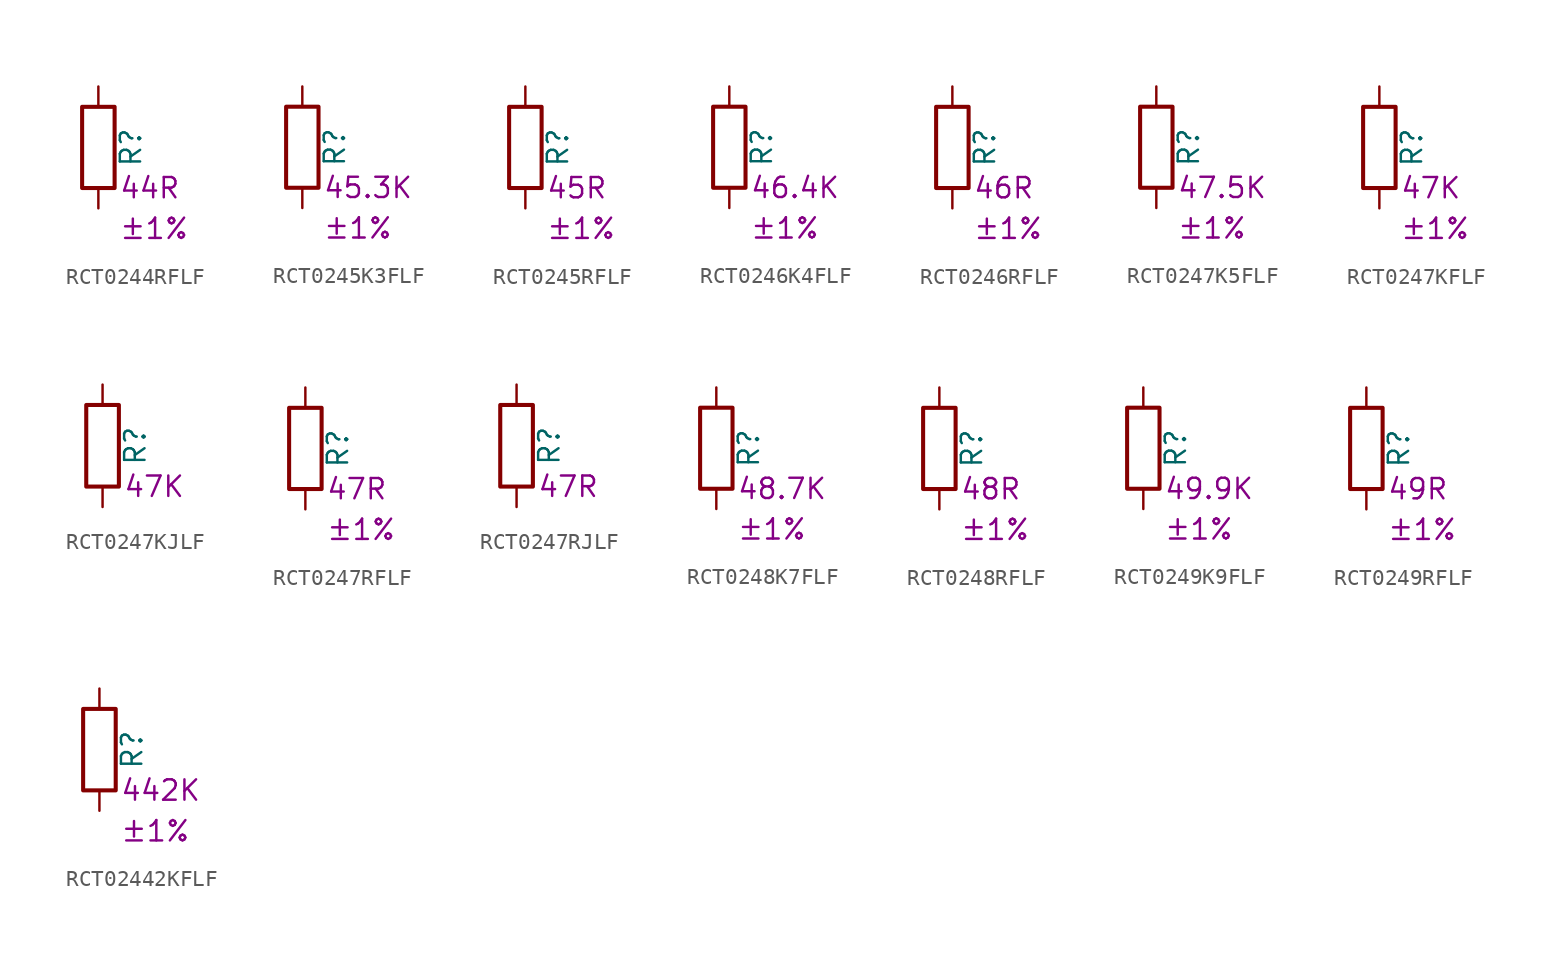
<source format=kicad_sym>
(kicad_symbol_lib
  (version 20220914)
  (generator kicad_symbol_editor)
  (symbol "RCT0244RFLF"
    (pin_numbers hide)
    (pin_names
      (offset 0))
    (property "Reference" "R"
      (at 2.032 0 90)
      (effects (font (size 1.27 1.27))))
    (property "Resistance" "44R"
      (at 1.27 -2.54 0)
      (effects (font (size 1.27 1.27)) (justify left)))
    (property "Tolerance" "±1%"
      (at 1.27 -5.08 0)
      (effects (font (size 1.27 1.27)) (justify left)))
    (symbol "RCT0244RFLF_0_1"
      (rectangle (start -1.016 -2.54) (end 1.016 2.54) (stroke (width 0.254) (type default)) (fill (type none))))
    (symbol "RCT0244RFLF_1_1"
      (pin passive line (at 0 3.81 270) (length 1.27) (name "~" (effects (font (size 1.27 1.27)))) (number "1" (effects (font (size 1.27 1.27)))))
      (pin passive line (at 0 -3.81 90) (length 1.27) (name "~" (effects (font (size 1.27 1.27)))) (number "2" (effects (font (size 1.27 1.27)))))))
  (symbol "RCT0245K3FLF"
    (pin_numbers hide)
    (pin_names
      (offset 0))
    (property "Reference" "R"
      (at 2.032 0 90)
      (effects (font (size 1.27 1.27))))
    (property "Resistance" "45.3K"
      (at 1.27 -2.54 0)
      (effects (font (size 1.27 1.27)) (justify left)))
    (property "Tolerance" "±1%"
      (at 1.27 -5.08 0)
      (effects (font (size 1.27 1.27)) (justify left)))
    (symbol "RCT0245K3FLF_0_1"
      (rectangle (start -1.016 -2.54) (end 1.016 2.54) (stroke (width 0.254) (type default)) (fill (type none))))
    (symbol "RCT0245K3FLF_1_1"
      (pin passive line (at 0 3.81 270) (length 1.27) (name "~" (effects (font (size 1.27 1.27)))) (number "1" (effects (font (size 1.27 1.27)))))
      (pin passive line (at 0 -3.81 90) (length 1.27) (name "~" (effects (font (size 1.27 1.27)))) (number "2" (effects (font (size 1.27 1.27)))))))
  (symbol "RCT0245RFLF"
    (pin_numbers hide)
    (pin_names
      (offset 0))
    (property "Reference" "R"
      (at 2.032 0 90)
      (effects (font (size 1.27 1.27))))
    (property "Resistance" "45R"
      (at 1.27 -2.54 0)
      (effects (font (size 1.27 1.27)) (justify left)))
    (property "Tolerance" "±1%"
      (at 1.27 -5.08 0)
      (effects (font (size 1.27 1.27)) (justify left)))
    (symbol "RCT0245RFLF_0_1"
      (rectangle (start -1.016 -2.54) (end 1.016 2.54) (stroke (width 0.254) (type default)) (fill (type none))))
    (symbol "RCT0245RFLF_1_1"
      (pin passive line (at 0 3.81 270) (length 1.27) (name "~" (effects (font (size 1.27 1.27)))) (number "1" (effects (font (size 1.27 1.27)))))
      (pin passive line (at 0 -3.81 90) (length 1.27) (name "~" (effects (font (size 1.27 1.27)))) (number "2" (effects (font (size 1.27 1.27)))))))
  (symbol "RCT0246K4FLF"
    (pin_numbers hide)
    (pin_names
      (offset 0))
    (property "Reference" "R"
      (at 2.032 0 90)
      (effects (font (size 1.27 1.27))))
    (property "Resistance" "46.4K"
      (at 1.27 -2.54 0)
      (effects (font (size 1.27 1.27)) (justify left)))
    (property "Tolerance" "±1%"
      (at 1.27 -5.08 0)
      (effects (font (size 1.27 1.27)) (justify left)))
    (symbol "RCT0246K4FLF_0_1"
      (rectangle (start -1.016 -2.54) (end 1.016 2.54) (stroke (width 0.254) (type default)) (fill (type none))))
    (symbol "RCT0246K4FLF_1_1"
      (pin passive line (at 0 3.81 270) (length 1.27) (name "~" (effects (font (size 1.27 1.27)))) (number "1" (effects (font (size 1.27 1.27)))))
      (pin passive line (at 0 -3.81 90) (length 1.27) (name "~" (effects (font (size 1.27 1.27)))) (number "2" (effects (font (size 1.27 1.27)))))))
  (symbol "RCT0246RFLF"
    (pin_numbers hide)
    (pin_names
      (offset 0))
    (property "Reference" "R"
      (at 2.032 0 90)
      (effects (font (size 1.27 1.27))))
    (property "Resistance" "46R"
      (at 1.27 -2.54 0)
      (effects (font (size 1.27 1.27)) (justify left)))
    (property "Tolerance" "±1%"
      (at 1.27 -5.08 0)
      (effects (font (size 1.27 1.27)) (justify left)))
    (symbol "RCT0246RFLF_0_1"
      (rectangle (start -1.016 -2.54) (end 1.016 2.54) (stroke (width 0.254) (type default)) (fill (type none))))
    (symbol "RCT0246RFLF_1_1"
      (pin passive line (at 0 3.81 270) (length 1.27) (name "~" (effects (font (size 1.27 1.27)))) (number "1" (effects (font (size 1.27 1.27)))))
      (pin passive line (at 0 -3.81 90) (length 1.27) (name "~" (effects (font (size 1.27 1.27)))) (number "2" (effects (font (size 1.27 1.27)))))))
  (symbol "RCT0247K5FLF"
    (pin_numbers hide)
    (pin_names
      (offset 0))
    (property "Reference" "R"
      (at 2.032 0 90)
      (effects (font (size 1.27 1.27))))
    (property "Resistance" "47.5K"
      (at 1.27 -2.54 0)
      (effects (font (size 1.27 1.27)) (justify left)))
    (property "Tolerance" "±1%"
      (at 1.27 -5.08 0)
      (effects (font (size 1.27 1.27)) (justify left)))
    (symbol "RCT0247K5FLF_0_1"
      (rectangle (start -1.016 -2.54) (end 1.016 2.54) (stroke (width 0.254) (type default)) (fill (type none))))
    (symbol "RCT0247K5FLF_1_1"
      (pin passive line (at 0 3.81 270) (length 1.27) (name "~" (effects (font (size 1.27 1.27)))) (number "1" (effects (font (size 1.27 1.27)))))
      (pin passive line (at 0 -3.81 90) (length 1.27) (name "~" (effects (font (size 1.27 1.27)))) (number "2" (effects (font (size 1.27 1.27)))))))
  (symbol "RCT0247KFLF"
    (pin_numbers hide)
    (pin_names
      (offset 0))
    (property "Reference" "R"
      (at 2.032 0 90)
      (effects (font (size 1.27 1.27))))
    (property "Resistance" "47K"
      (at 1.27 -2.54 0)
      (effects (font (size 1.27 1.27)) (justify left)))
    (property "Tolerance" "±1%"
      (at 1.27 -5.08 0)
      (effects (font (size 1.27 1.27)) (justify left)))
    (symbol "RCT0247KFLF_0_1"
      (rectangle (start -1.016 -2.54) (end 1.016 2.54) (stroke (width 0.254) (type default)) (fill (type none))))
    (symbol "RCT0247KFLF_1_1"
      (pin passive line (at 0 3.81 270) (length 1.27) (name "~" (effects (font (size 1.27 1.27)))) (number "1" (effects (font (size 1.27 1.27)))))
      (pin passive line (at 0 -3.81 90) (length 1.27) (name "~" (effects (font (size 1.27 1.27)))) (number "2" (effects (font (size 1.27 1.27)))))))
  (symbol "RCT0247KJLF"
    (pin_numbers hide)
    (pin_names
      (offset 0))
    (property "Reference" "R"
      (at 2.032 0 90)
      (effects (font (size 1.27 1.27))))
    (property "Resistance" "47K"
      (at 1.27 -2.54 0)
      (effects (font (size 1.27 1.27)) (justify left)))
    (symbol "RCT0247KJLF_0_1"
      (rectangle (start -1.016 -2.54) (end 1.016 2.54) (stroke (width 0.254) (type default)) (fill (type none))))
    (symbol "RCT0247KJLF_1_1"
      (pin passive line (at 0 3.81 270) (length 1.27) (name "~" (effects (font (size 1.27 1.27)))) (number "1" (effects (font (size 1.27 1.27)))))
      (pin passive line (at 0 -3.81 90) (length 1.27) (name "~" (effects (font (size 1.27 1.27)))) (number "2" (effects (font (size 1.27 1.27)))))))
  (symbol "RCT0247RFLF"
    (pin_numbers hide)
    (pin_names
      (offset 0))
    (property "Reference" "R"
      (at 2.032 0 90)
      (effects (font (size 1.27 1.27))))
    (property "Resistance" "47R"
      (at 1.27 -2.54 0)
      (effects (font (size 1.27 1.27)) (justify left)))
    (property "Tolerance" "±1%"
      (at 1.27 -5.08 0)
      (effects (font (size 1.27 1.27)) (justify left)))
    (symbol "RCT0247RFLF_0_1"
      (rectangle (start -1.016 -2.54) (end 1.016 2.54) (stroke (width 0.254) (type default)) (fill (type none))))
    (symbol "RCT0247RFLF_1_1"
      (pin passive line (at 0 3.81 270) (length 1.27) (name "~" (effects (font (size 1.27 1.27)))) (number "1" (effects (font (size 1.27 1.27)))))
      (pin passive line (at 0 -3.81 90) (length 1.27) (name "~" (effects (font (size 1.27 1.27)))) (number "2" (effects (font (size 1.27 1.27)))))))
  (symbol "RCT0247RJLF"
    (pin_numbers hide)
    (pin_names
      (offset 0))
    (property "Reference" "R"
      (at 2.032 0 90)
      (effects (font (size 1.27 1.27))))
    (property "Resistance" "47R"
      (at 1.27 -2.54 0)
      (effects (font (size 1.27 1.27)) (justify left)))
    (symbol "RCT0247RJLF_0_1"
      (rectangle (start -1.016 -2.54) (end 1.016 2.54) (stroke (width 0.254) (type default)) (fill (type none))))
    (symbol "RCT0247RJLF_1_1"
      (pin passive line (at 0 3.81 270) (length 1.27) (name "~" (effects (font (size 1.27 1.27)))) (number "1" (effects (font (size 1.27 1.27)))))
      (pin passive line (at 0 -3.81 90) (length 1.27) (name "~" (effects (font (size 1.27 1.27)))) (number "2" (effects (font (size 1.27 1.27)))))))
  (symbol "RCT0248K7FLF"
    (pin_numbers hide)
    (pin_names
      (offset 0))
    (property "Reference" "R"
      (at 2.032 0 90)
      (effects (font (size 1.27 1.27))))
    (property "Resistance" "48.7K"
      (at 1.27 -2.54 0)
      (effects (font (size 1.27 1.27)) (justify left)))
    (property "Tolerance" "±1%"
      (at 1.27 -5.08 0)
      (effects (font (size 1.27 1.27)) (justify left)))
    (symbol "RCT0248K7FLF_0_1"
      (rectangle (start -1.016 -2.54) (end 1.016 2.54) (stroke (width 0.254) (type default)) (fill (type none))))
    (symbol "RCT0248K7FLF_1_1"
      (pin passive line (at 0 3.81 270) (length 1.27) (name "~" (effects (font (size 1.27 1.27)))) (number "1" (effects (font (size 1.27 1.27)))))
      (pin passive line (at 0 -3.81 90) (length 1.27) (name "~" (effects (font (size 1.27 1.27)))) (number "2" (effects (font (size 1.27 1.27)))))))
  (symbol "RCT0248RFLF"
    (pin_numbers hide)
    (pin_names
      (offset 0))
    (property "Reference" "R"
      (at 2.032 0 90)
      (effects (font (size 1.27 1.27))))
    (property "Resistance" "48R"
      (at 1.27 -2.54 0)
      (effects (font (size 1.27 1.27)) (justify left)))
    (property "Tolerance" "±1%"
      (at 1.27 -5.08 0)
      (effects (font (size 1.27 1.27)) (justify left)))
    (symbol "RCT0248RFLF_0_1"
      (rectangle (start -1.016 -2.54) (end 1.016 2.54) (stroke (width 0.254) (type default)) (fill (type none))))
    (symbol "RCT0248RFLF_1_1"
      (pin passive line (at 0 3.81 270) (length 1.27) (name "~" (effects (font (size 1.27 1.27)))) (number "1" (effects (font (size 1.27 1.27)))))
      (pin passive line (at 0 -3.81 90) (length 1.27) (name "~" (effects (font (size 1.27 1.27)))) (number "2" (effects (font (size 1.27 1.27)))))))
  (symbol "RCT0249K9FLF"
    (pin_numbers hide)
    (pin_names
      (offset 0))
    (property "Reference" "R"
      (at 2.032 0 90)
      (effects (font (size 1.27 1.27))))
    (property "Resistance" "49.9K"
      (at 1.27 -2.54 0)
      (effects (font (size 1.27 1.27)) (justify left)))
    (property "Tolerance" "±1%"
      (at 1.27 -5.08 0)
      (effects (font (size 1.27 1.27)) (justify left)))
    (symbol "RCT0249K9FLF_0_1"
      (rectangle (start -1.016 -2.54) (end 1.016 2.54) (stroke (width 0.254) (type default)) (fill (type none))))
    (symbol "RCT0249K9FLF_1_1"
      (pin passive line (at 0 3.81 270) (length 1.27) (name "~" (effects (font (size 1.27 1.27)))) (number "1" (effects (font (size 1.27 1.27)))))
      (pin passive line (at 0 -3.81 90) (length 1.27) (name "~" (effects (font (size 1.27 1.27)))) (number "2" (effects (font (size 1.27 1.27)))))))
  (symbol "RCT0249RFLF"
    (pin_numbers hide)
    (pin_names
      (offset 0))
    (property "Reference" "R"
      (at 2.032 0 90)
      (effects (font (size 1.27 1.27))))
    (property "Resistance" "49R"
      (at 1.27 -2.54 0)
      (effects (font (size 1.27 1.27)) (justify left)))
    (property "Tolerance" "±1%"
      (at 1.27 -5.08 0)
      (effects (font (size 1.27 1.27)) (justify left)))
    (symbol "RCT0249RFLF_0_1"
      (rectangle (start -1.016 -2.54) (end 1.016 2.54) (stroke (width 0.254) (type default)) (fill (type none))))
    (symbol "RCT0249RFLF_1_1"
      (pin passive line (at 0 3.81 270) (length 1.27) (name "~" (effects (font (size 1.27 1.27)))) (number "1" (effects (font (size 1.27 1.27)))))
      (pin passive line (at 0 -3.81 90) (length 1.27) (name "~" (effects (font (size 1.27 1.27)))) (number "2" (effects (font (size 1.27 1.27)))))))
  (symbol "RCT02442KFLF"
    (pin_numbers hide)
    (pin_names
      (offset 0))
    (property "Reference" "R"
      (at 2.032 0 90)
      (effects (font (size 1.27 1.27))))
    (property "Resistance" "442K"
      (at 1.27 -2.54 0)
      (effects (font (size 1.27 1.27)) (justify left)))
    (property "Tolerance" "±1%"
      (at 1.27 -5.08 0)
      (effects (font (size 1.27 1.27)) (justify left)))
    (symbol "RCT02442KFLF_0_1"
      (rectangle (start -1.016 -2.54) (end 1.016 2.54) (stroke (width 0.254) (type default)) (fill (type none))))
    (symbol "RCT02442KFLF_1_1"
      (pin passive line (at 0 3.81 270) (length 1.27) (name "~" (effects (font (size 1.27 1.27)))) (number "1" (effects (font (size 1.27 1.27)))))
      (pin passive line (at 0 -3.81 90) (length 1.27) (name "~" (effects (font (size 1.27 1.27)))) (number "2" (effects (font (size 1.27 1.27))))))))
</source>
